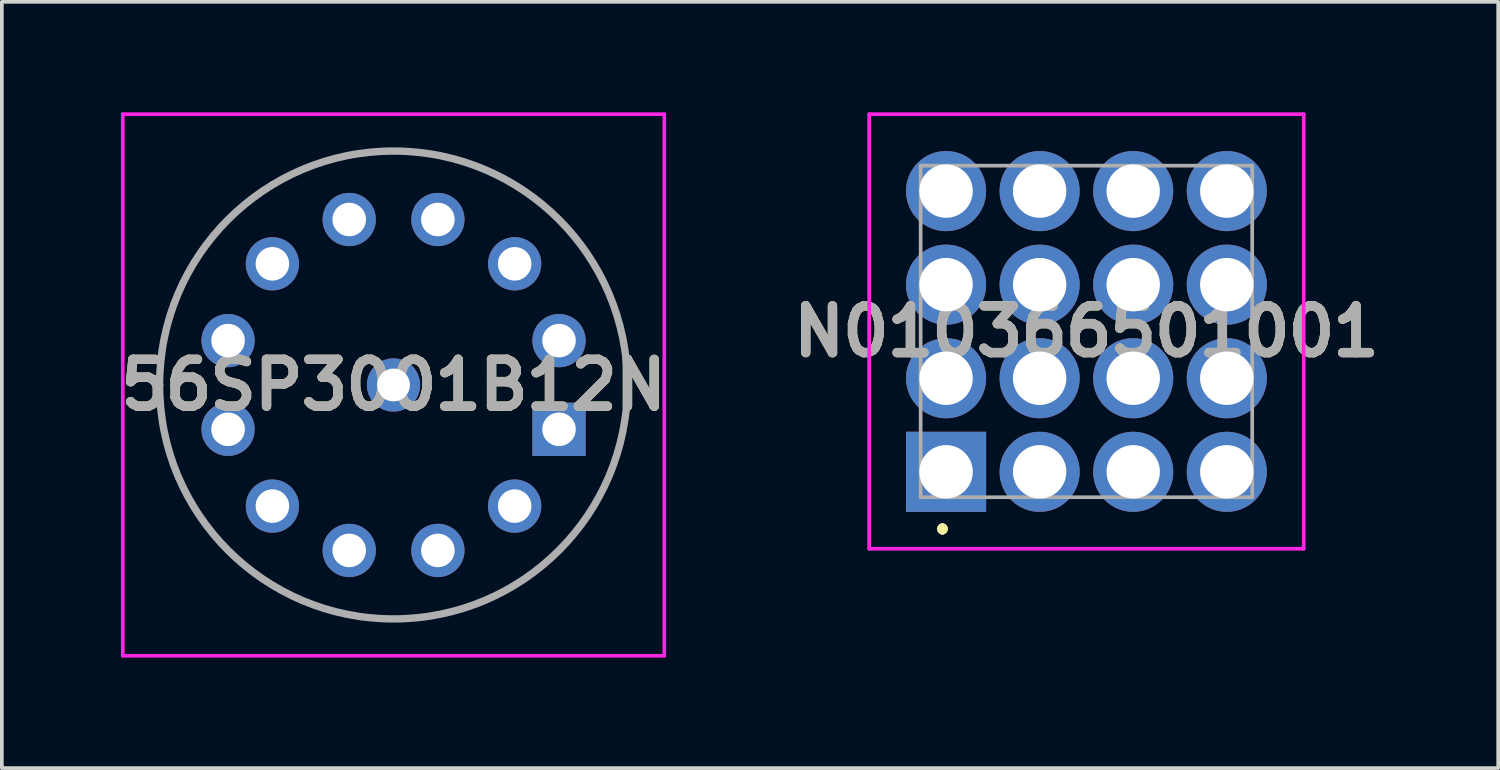
<source format=kicad_pcb>
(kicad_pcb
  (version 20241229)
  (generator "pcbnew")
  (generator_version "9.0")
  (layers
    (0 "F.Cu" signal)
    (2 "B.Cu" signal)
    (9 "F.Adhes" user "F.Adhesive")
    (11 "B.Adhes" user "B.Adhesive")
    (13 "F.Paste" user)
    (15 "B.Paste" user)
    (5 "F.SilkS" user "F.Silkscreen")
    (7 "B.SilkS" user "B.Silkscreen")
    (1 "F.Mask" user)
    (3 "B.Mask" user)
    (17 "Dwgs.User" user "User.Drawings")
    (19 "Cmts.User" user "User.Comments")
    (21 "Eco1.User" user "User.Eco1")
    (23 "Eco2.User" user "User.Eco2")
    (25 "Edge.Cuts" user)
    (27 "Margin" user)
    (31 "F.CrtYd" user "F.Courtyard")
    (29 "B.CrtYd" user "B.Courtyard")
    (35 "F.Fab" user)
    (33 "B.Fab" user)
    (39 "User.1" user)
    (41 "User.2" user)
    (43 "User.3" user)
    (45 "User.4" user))
  (footprint "56SP3001B12N"
    (layer "F.Cu")
    (at 12.124 8.603)
    (property "Reference" "56SP3001B12N" (at -4.492 -1.203 0) (layer "F.SilkS") (effects (font (size 1.27 1.27) (thickness 0.254))))
    (attr through_hole)
    (fp_line (start -10.842 -1.203) (end -10.842 -1.203) (stroke (width 0.1) (type solid)) (layer "F.SilkS"))
    (fp_line (start 1.858 -1.203) (end 1.858 -1.203) (stroke (width 0.1) (type solid)) (layer "F.SilkS"))
    (fp_arc (start -10.842 -1.203) (mid -4.492 -7.553) (end 1.858 -1.203) (stroke (width 0.1) (type solid)) (layer "F.SilkS"))
    (fp_arc (start 1.858 -1.203) (mid -4.492 5.147) (end -10.842 -1.203) (stroke (width 0.1) (type solid)) (layer "F.SilkS"))
    (fp_line (start -11.842 -8.553) (end 2.858 -8.553) (stroke (width 0.1) (type solid)) (layer "F.CrtYd"))
    (fp_line (start -11.842 6.147) (end -11.842 -8.553) (stroke (width 0.1) (type solid)) (layer "F.CrtYd"))
    (fp_line (start 2.858 -8.553) (end 2.858 6.147) (stroke (width 0.1) (type solid)) (layer "F.CrtYd"))
    (fp_line (start 2.858 6.147) (end -11.842 6.147) (stroke (width 0.1) (type solid)) (layer "F.CrtYd"))
    (fp_line (start -10.842 -1.203) (end -10.842 -1.203) (stroke (width 0.2) (type solid)) (layer "F.Fab"))
    (fp_line (start 1.858 -1.203) (end 1.858 -1.203) (stroke (width 0.2) (type solid)) (layer "F.Fab"))
    (fp_arc (start -10.842 -1.203) (mid -4.492 -7.553) (end 1.858 -1.203) (stroke (width 0.2) (type solid)) (layer "F.Fab"))
    (fp_arc (start 1.858 -1.203) (mid -4.492 5.147) (end -10.842 -1.203) (stroke (width 0.2) (type solid)) (layer "F.Fab"))
    (fp_text user "${REFERENCE}" (at -4.492 -1.203 0) (layer "F.Fab") (effects (font (size 1.27 1.27) (thickness 0.254))))
    (pad "1" thru_hole rect (at 0 0) (size 1.446 1.446) (drill 0.91) (layers "*.Cu" "*.Mask"))
    (pad "2" thru_hole circle (at -1.204 2.085) (size 1.446 1.446) (drill 0.91) (layers "*.Cu" "*.Mask"))
    (pad "3" thru_hole circle (at -3.288 3.288) (size 1.446 1.446) (drill 0.91) (layers "*.Cu" "*.Mask"))
    (pad "4" thru_hole circle (at -5.695 3.288) (size 1.446 1.446) (drill 0.91) (layers "*.Cu" "*.Mask"))
    (pad "5" thru_hole circle (at -7.78 2.085) (size 1.446 1.446) (drill 0.91) (layers "*.Cu" "*.Mask"))
    (pad "6" thru_hole circle (at -8.983 0) (size 1.446 1.446) (drill 0.91) (layers "*.Cu" "*.Mask"))
    (pad "7" thru_hole circle (at -8.983 -2.407) (size 1.446 1.446) (drill 0.91) (layers "*.Cu" "*.Mask"))
    (pad "8" thru_hole circle (at -7.78 -4.492) (size 1.446 1.446) (drill 0.91) (layers "*.Cu" "*.Mask"))
    (pad "9" thru_hole circle (at -5.695 -5.695) (size 1.446 1.446) (drill 0.91) (layers "*.Cu" "*.Mask"))
    (pad "10" thru_hole circle (at -3.288 -5.695) (size 1.446 1.446) (drill 0.91) (layers "*.Cu" "*.Mask"))
    (pad "11" thru_hole circle (at -1.204 -4.492) (size 1.446 1.446) (drill 0.91) (layers "*.Cu" "*.Mask"))
    (pad "12" thru_hole circle (at 0 -2.407) (size 1.446 1.446) (drill 0.91) (layers "*.Cu" "*.Mask"))
    (pad "13" thru_hole circle (at -4.492 -1.203) (size 1.446 1.446) (drill 0.89) (layers "*.Cu" "*.Mask")))
  (footprint "N010366501001"
    (layer "F.Cu")
    (at 22.63 9.757)
    (property "Reference" "N010366501001" (at 3.811 -3.81 0) (layer "F.SilkS") (effects (font (size 1.27 1.27) (thickness 0.254))))
    (attr through_hole)
    (fp_line (start -0.1 1.5) (end -0.1 1.5) (stroke (width 0.2) (type solid)) (layer "F.SilkS"))
    (fp_line (start -0.1 1.6) (end -0.1 1.6) (stroke (width 0.2) (type solid)) (layer "F.SilkS"))
    (fp_line (start -0.1 1.6) (end -0.1 1.6) (stroke (width 0.2) (type solid)) (layer "F.SilkS"))
    (fp_arc (start -0.1 1.5) (mid -0.05 1.55) (end -0.1 1.6) (stroke (width 0.2) (type solid)) (layer "F.SilkS"))
    (fp_arc (start -0.1 1.5) (mid -0.05 1.55) (end -0.1 1.6) (stroke (width 0.2) (type solid)) (layer "F.SilkS"))
    (fp_arc (start -0.1 1.6) (mid -0.15 1.55) (end -0.1 1.5) (stroke (width 0.2) (type solid)) (layer "F.SilkS"))
    (fp_line (start -2.087 -9.707) (end 9.708 -9.707) (stroke (width 0.1) (type solid)) (layer "F.CrtYd"))
    (fp_line (start -2.087 2.088) (end -2.087 -9.707) (stroke (width 0.1) (type solid)) (layer "F.CrtYd"))
    (fp_line (start 9.708 -9.707) (end 9.708 2.088) (stroke (width 0.1) (type solid)) (layer "F.CrtYd"))
    (fp_line (start 9.708 2.088) (end -2.087 2.088) (stroke (width 0.1) (type solid)) (layer "F.CrtYd"))
    (fp_line (start -0.69 -8.31) (end -0.69 0.69) (stroke (width 0.1) (type solid)) (layer "F.Fab"))
    (fp_line (start -0.69 0.69) (end 8.31 0.69) (stroke (width 0.1) (type solid)) (layer "F.Fab"))
    (fp_line (start 8.31 -8.31) (end -0.69 -8.31) (stroke (width 0.1) (type solid)) (layer "F.Fab"))
    (fp_line (start 8.31 0.69) (end 8.31 -8.31) (stroke (width 0.1) (type solid)) (layer "F.Fab"))
    (fp_text user "${REFERENCE}" (at 3.811 -3.81 0) (layer "F.Fab") (effects (font (size 1.27 1.27) (thickness 0.254))))
    (pad "1" thru_hole rect (at 0 0) (size 2.175 2.175) (drill 1.45) (layers "*.Cu" "*.Mask"))
    (pad "2" thru_hole circle (at 2.54 0) (size 2.175 2.175) (drill 1.45) (layers "*.Cu" "*.Mask"))
    (pad "3" thru_hole circle (at 5.08 0) (size 2.175 2.175) (drill 1.45) (layers "*.Cu" "*.Mask"))
    (pad "4" thru_hole circle (at 7.62 0) (size 2.175 2.175) (drill 1.45) (layers "*.Cu" "*.Mask"))
    (pad "5" thru_hole circle (at 0 -2.54) (size 2.175 2.175) (drill 1.45) (layers "*.Cu" "*.Mask"))
    (pad "6" thru_hole circle (at 2.54 -2.54) (size 2.175 2.175) (drill 1.45) (layers "*.Cu" "*.Mask"))
    (pad "7" thru_hole circle (at 5.08 -2.54) (size 2.175 2.175) (drill 1.45) (layers "*.Cu" "*.Mask"))
    (pad "8" thru_hole circle (at 7.62 -2.54) (size 2.175 2.175) (drill 1.45) (layers "*.Cu" "*.Mask"))
    (pad "9" thru_hole circle (at 0 -5.08) (size 2.175 2.175) (drill 1.45) (layers "*.Cu" "*.Mask"))
    (pad "10" thru_hole circle (at 2.54 -5.08) (size 2.175 2.175) (drill 1.45) (layers "*.Cu" "*.Mask"))
    (pad "11" thru_hole circle (at 5.08 -5.08) (size 2.175 2.175) (drill 1.45) (layers "*.Cu" "*.Mask"))
    (pad "12" thru_hole circle (at 7.62 -5.08) (size 2.175 2.175) (drill 1.45) (layers "*.Cu" "*.Mask"))
    (pad "13" thru_hole circle (at 0 -7.62) (size 2.175 2.175) (drill 1.45) (layers "*.Cu" "*.Mask"))
    (pad "14" thru_hole circle (at 2.54 -7.62) (size 2.175 2.175) (drill 1.45) (layers "*.Cu" "*.Mask"))
    (pad "15" thru_hole circle (at 5.08 -7.62) (size 2.175 2.175) (drill 1.45) (layers "*.Cu" "*.Mask"))
    (pad "16" thru_hole circle (at 7.62 -7.62) (size 2.175 2.175) (drill 1.45) (layers "*.Cu" "*.Mask")))
  (gr_rect
    (start -3 -3)
    (end 37.617 17.8)
    (stroke (width 0.1) (type default))
    (fill no)
    (layer "Edge.Cuts")))
</source>
